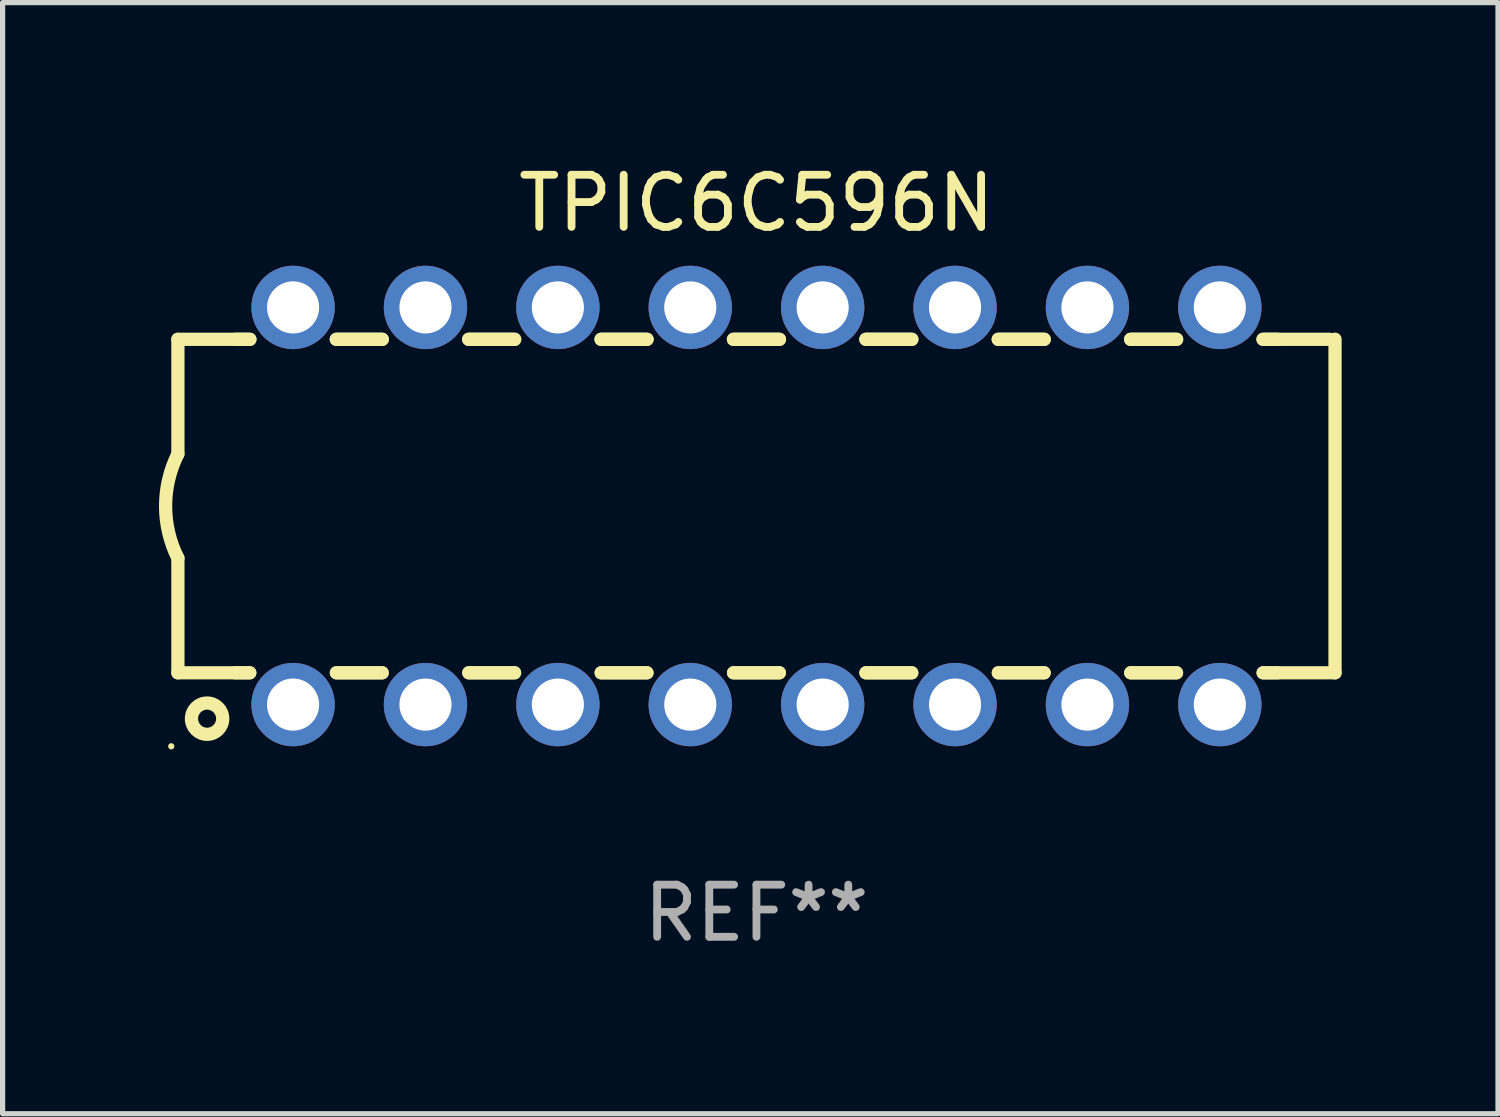
<source format=kicad_pcb>
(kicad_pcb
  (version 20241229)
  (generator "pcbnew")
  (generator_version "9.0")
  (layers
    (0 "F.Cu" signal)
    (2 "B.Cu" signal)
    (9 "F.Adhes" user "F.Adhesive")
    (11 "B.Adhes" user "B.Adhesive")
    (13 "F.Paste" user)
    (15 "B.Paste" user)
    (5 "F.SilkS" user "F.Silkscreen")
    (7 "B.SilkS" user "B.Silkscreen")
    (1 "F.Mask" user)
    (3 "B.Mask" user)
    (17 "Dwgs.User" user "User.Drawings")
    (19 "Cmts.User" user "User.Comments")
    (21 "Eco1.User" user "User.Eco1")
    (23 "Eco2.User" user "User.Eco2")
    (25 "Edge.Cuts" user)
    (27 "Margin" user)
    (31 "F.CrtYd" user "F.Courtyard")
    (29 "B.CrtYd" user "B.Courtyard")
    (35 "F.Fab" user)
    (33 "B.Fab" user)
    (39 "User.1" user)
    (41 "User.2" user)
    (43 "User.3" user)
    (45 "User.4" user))
  (footprint "TPIC6C596N"
    (layer "F.Cu")
    (at 11.463 6.658)
    (property "Reference" "TPIC6C596N" (at 0 -5.81 0) (layer "F.SilkS") (effects (font (size 1 1) (thickness 0.15))))
    (attr through_hole)
    (fp_line (start -11.1 -3.198) (end -9.719 -3.198) (stroke (width 0.254) (type solid)) (layer "F.SilkS"))
    (fp_line (start -11.1 -0.998) (end -11.1 -3.198) (stroke (width 0.254) (type solid)) (layer "F.SilkS"))
    (fp_line (start -11.1 3.2) (end -11.1 1) (stroke (width 0.254) (type solid)) (layer "F.SilkS"))
    (fp_line (start -11.1 3.2) (end -9.721 3.2) (stroke (width 0.254) (type solid)) (layer "F.SilkS"))
    (fp_line (start -10 -3.198) (end -9.719 -3.198) (stroke (width 0.254) (type solid)) (layer "F.SilkS"))
    (fp_line (start -10 3.2) (end -9.721 3.2) (stroke (width 0.254) (type solid)) (layer "F.SilkS"))
    (fp_line (start -8.061 -3.198) (end -7.179 -3.198) (stroke (width 0.254) (type solid)) (layer "F.SilkS"))
    (fp_line (start -8.061 -3.198) (end -7.179 -3.198) (stroke (width 0.254) (type solid)) (layer "F.SilkS"))
    (fp_line (start -8.059 3.2) (end -7.181 3.2) (stroke (width 0.254) (type solid)) (layer "F.SilkS"))
    (fp_line (start -8.059 3.2) (end -7.181 3.2) (stroke (width 0.254) (type solid)) (layer "F.SilkS"))
    (fp_line (start -5.521 -3.198) (end -4.639 -3.198) (stroke (width 0.254) (type solid)) (layer "F.SilkS"))
    (fp_line (start -5.521 -3.198) (end -4.639 -3.198) (stroke (width 0.254) (type solid)) (layer "F.SilkS"))
    (fp_line (start -5.519 3.2) (end -4.641 3.2) (stroke (width 0.254) (type solid)) (layer "F.SilkS"))
    (fp_line (start -5.519 3.2) (end -4.641 3.2) (stroke (width 0.254) (type solid)) (layer "F.SilkS"))
    (fp_line (start -2.981 -3.198) (end -2.099 -3.198) (stroke (width 0.254) (type solid)) (layer "F.SilkS"))
    (fp_line (start -2.981 -3.198) (end -2.099 -3.198) (stroke (width 0.254) (type solid)) (layer "F.SilkS"))
    (fp_line (start -2.979 3.2) (end -2.101 3.2) (stroke (width 0.254) (type solid)) (layer "F.SilkS"))
    (fp_line (start -2.979 3.2) (end -2.101 3.2) (stroke (width 0.254) (type solid)) (layer "F.SilkS"))
    (fp_line (start -0.441 -3.198) (end 0.441 -3.198) (stroke (width 0.254) (type solid)) (layer "F.SilkS"))
    (fp_line (start -0.441 -3.198) (end 0.441 -3.198) (stroke (width 0.254) (type solid)) (layer "F.SilkS"))
    (fp_line (start -0.439 3.2) (end 0.439 3.2) (stroke (width 0.254) (type solid)) (layer "F.SilkS"))
    (fp_line (start -0.439 3.2) (end 0.439 3.2) (stroke (width 0.254) (type solid)) (layer "F.SilkS"))
    (fp_line (start 2.099 -3.198) (end 2.981 -3.198) (stroke (width 0.254) (type solid)) (layer "F.SilkS"))
    (fp_line (start 2.099 -3.198) (end 2.981 -3.198) (stroke (width 0.254) (type solid)) (layer "F.SilkS"))
    (fp_line (start 2.101 3.2) (end 2.979 3.2) (stroke (width 0.254) (type solid)) (layer "F.SilkS"))
    (fp_line (start 2.101 3.2) (end 2.979 3.2) (stroke (width 0.254) (type solid)) (layer "F.SilkS"))
    (fp_line (start 4.639 -3.198) (end 5.521 -3.198) (stroke (width 0.254) (type solid)) (layer "F.SilkS"))
    (fp_line (start 4.639 -3.198) (end 5.521 -3.198) (stroke (width 0.254) (type solid)) (layer "F.SilkS"))
    (fp_line (start 4.641 3.2) (end 5.519 3.2) (stroke (width 0.254) (type solid)) (layer "F.SilkS"))
    (fp_line (start 4.641 3.2) (end 5.519 3.2) (stroke (width 0.254) (type solid)) (layer "F.SilkS"))
    (fp_line (start 7.179 -3.198) (end 8.061 -3.198) (stroke (width 0.254) (type solid)) (layer "F.SilkS"))
    (fp_line (start 7.179 -3.198) (end 8.061 -3.198) (stroke (width 0.254) (type solid)) (layer "F.SilkS"))
    (fp_line (start 7.181 3.2) (end 8.059 3.2) (stroke (width 0.254) (type solid)) (layer "F.SilkS"))
    (fp_line (start 7.181 3.2) (end 8.059 3.2) (stroke (width 0.254) (type solid)) (layer "F.SilkS"))
    (fp_line (start 9.719 -3.198) (end 10 -3.198) (stroke (width 0.254) (type solid)) (layer "F.SilkS"))
    (fp_line (start 9.719 -3.198) (end 11 -3.198) (stroke (width 0.254) (type solid)) (layer "F.SilkS"))
    (fp_line (start 9.721 3.2) (end 11.1 3.2) (stroke (width 0.254) (type solid)) (layer "F.SilkS"))
    (fp_line (start 9.721 3.2) (end 10 3.2) (stroke (width 0.254) (type solid)) (layer "F.SilkS"))
    (fp_line (start 11.1 3.2) (end 11.1 -3.2) (stroke (width 0.254) (type solid)) (layer "F.SilkS"))
    (fp_arc (start -11.099823 1.000762) (mid -11.335827 0.001303) (end -11.1 -0.998197) (stroke (width 0.254001) (type solid)) (layer "F.SilkS"))
    (fp_circle (center -11.227 4.61) (end -11.197 4.61) (stroke (width 0.06) (type solid)) (fill no) (layer "F.SilkS"))
    (fp_circle (center -10.54 4.08) (end -10.24 4.08) (stroke (width 0.254) (type solid)) (fill no) (layer "F.SilkS"))
    (fp_text user "REF**" (at 0 7.81 0) (layer "F.Fab") (effects (font (size 1 1) (thickness 0.15))))
    (pad "1" thru_hole circle (at -8.89 3.81) (size 1.6 1.6) (drill 1) (layers "*.Cu" "*.Mask"))
    (pad "2" thru_hole circle (at -6.35 3.81) (size 1.6 1.6) (drill 1) (layers "*.Cu" "*.Mask"))
    (pad "3" thru_hole circle (at -3.81 3.81) (size 1.6 1.6) (drill 1) (layers "*.Cu" "*.Mask"))
    (pad "4" thru_hole circle (at -1.27 3.81) (size 1.6 1.6) (drill 1) (layers "*.Cu" "*.Mask"))
    (pad "5" thru_hole circle (at 1.27 3.81) (size 1.6 1.6) (drill 1) (layers "*.Cu" "*.Mask"))
    (pad "6" thru_hole circle (at 3.81 3.81) (size 1.6 1.6) (drill 1) (layers "*.Cu" "*.Mask"))
    (pad "7" thru_hole circle (at 6.35 3.81) (size 1.6 1.6) (drill 1) (layers "*.Cu" "*.Mask"))
    (pad "8" thru_hole circle (at 8.89 3.81) (size 1.6 1.6) (drill 1) (layers "*.Cu" "*.Mask"))
    (pad "9" thru_hole circle (at 8.89 -3.81) (size 1.6 1.6) (drill 1) (layers "*.Cu" "*.Mask"))
    (pad "10" thru_hole circle (at 6.35 -3.81) (size 1.6 1.6) (drill 1) (layers "*.Cu" "*.Mask"))
    (pad "11" thru_hole circle (at 3.81 -3.81) (size 1.6 1.6) (drill 1) (layers "*.Cu" "*.Mask"))
    (pad "12" thru_hole circle (at 1.27 -3.81) (size 1.6 1.6) (drill 1) (layers "*.Cu" "*.Mask"))
    (pad "13" thru_hole circle (at -1.27 -3.81) (size 1.6 1.6) (drill 1) (layers "*.Cu" "*.Mask"))
    (pad "14" thru_hole circle (at -3.81 -3.81) (size 1.6 1.6) (drill 1) (layers "*.Cu" "*.Mask"))
    (pad "15" thru_hole circle (at -6.35 -3.81) (size 1.6 1.6) (drill 1) (layers "*.Cu" "*.Mask"))
    (pad "16" thru_hole circle (at -8.89 -3.81) (size 1.6 1.6) (drill 1) (layers "*.Cu" "*.Mask")))
  (gr_rect
    (start -3 -3)
    (end 25.69 18.317)
    (stroke (width 0.1) (type default))
    (fill no)
    (layer "Edge.Cuts")))
</source>
